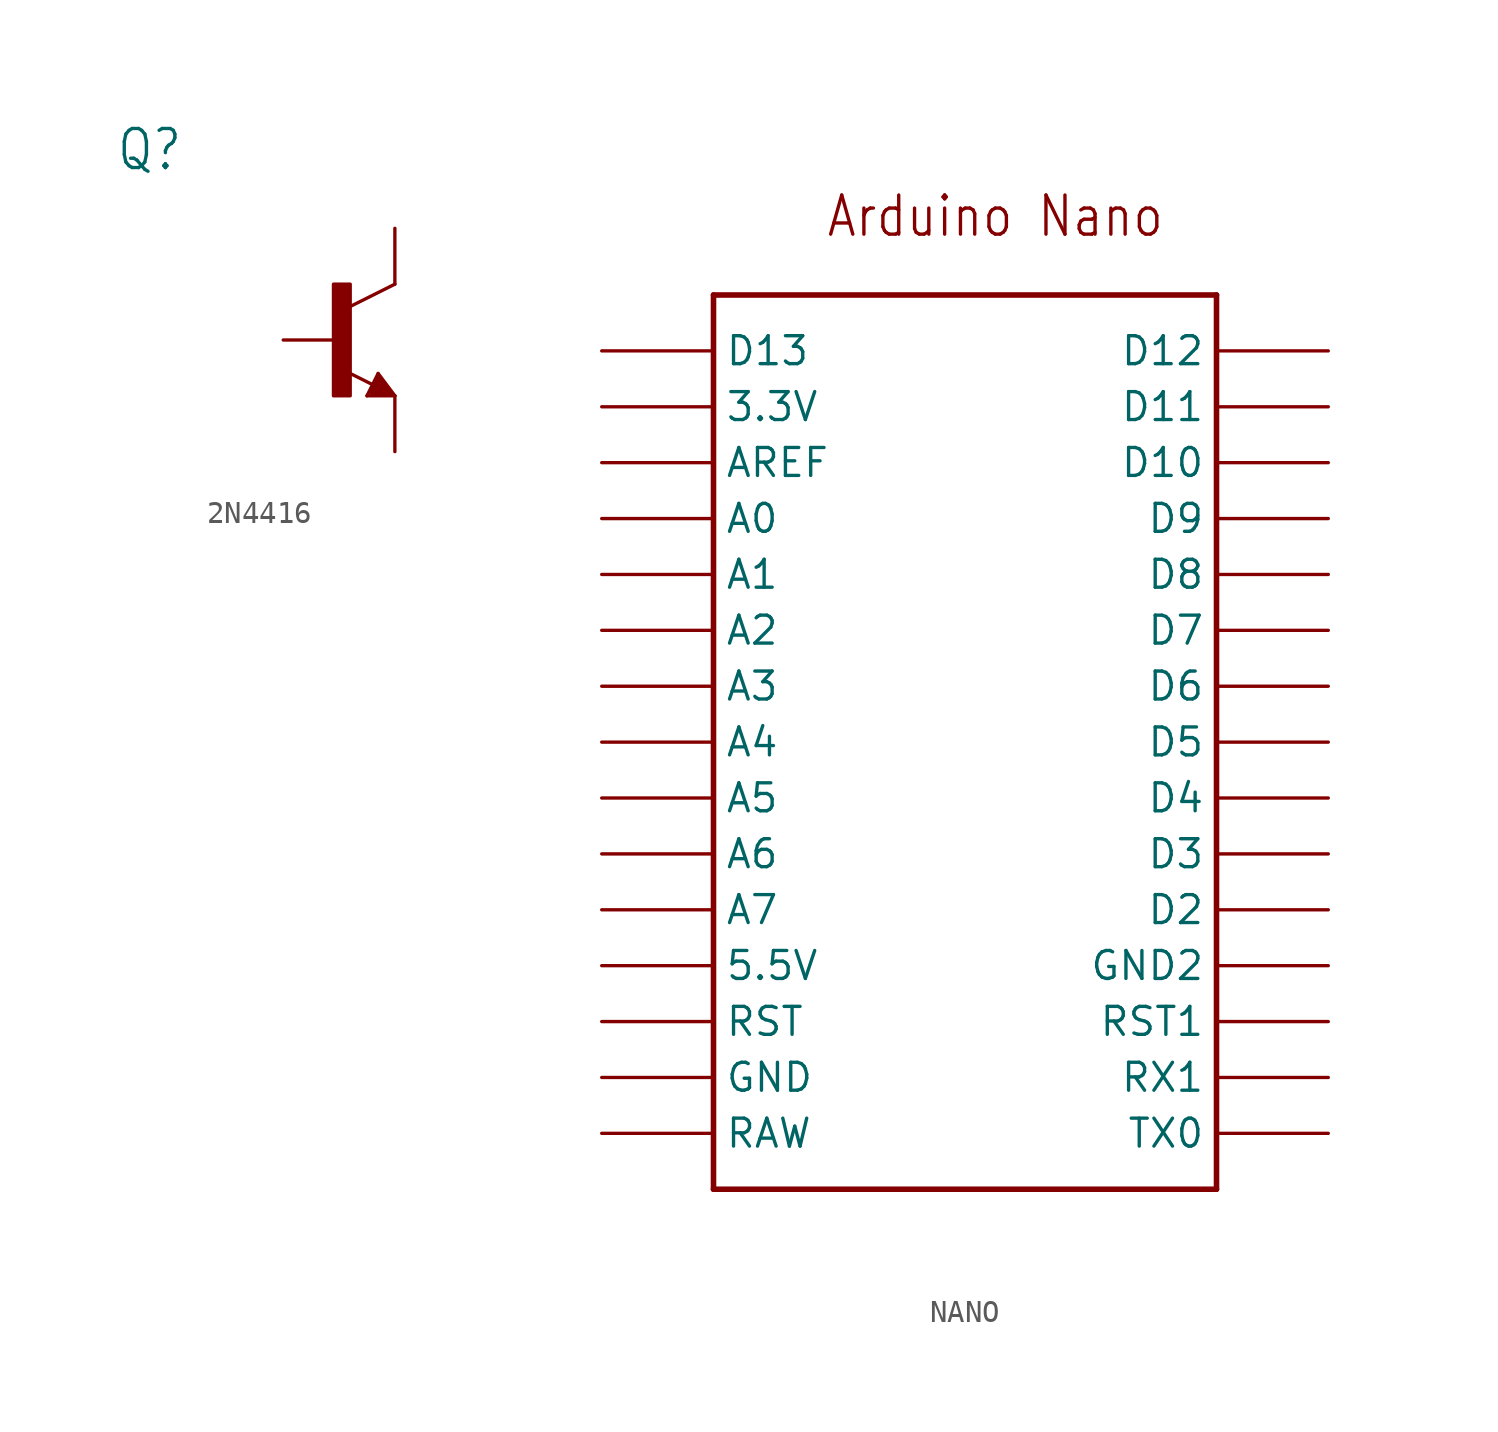
<source format=kicad_sym>
(kicad_symbol_lib
  (version 20220914)
  (generator kicad_symbol_editor)
  (symbol "2N4416"
    (property "Reference" "Q"
      (at -10.16 7.62 0)
      (effects (font (size 1.778 1.511)) (justify left bottom)))
    (property "Value" ""
      (at -10.16 5.08 0)
      (effects (font (size 1.778 1.511)) (justify left bottom)))
    (property "ki_locked" ""
      (at 0 0 0)
      (effects (font (size 1.27 1.27))))
    (symbol "2N4416_1_0"
      (rectangle (start -0.254 -2.54) (end 0.508 2.54) (stroke (width 0) (type default)) (fill (type outline)))
      (polyline (pts (xy 1.27 -2.54) (xy 1.778 -1.524)) (stroke (width 0.152) (type solid)) (fill (type none)))
      (polyline (pts (xy 1.524 -2.413) (xy 2.286 -2.413)) (stroke (width 0.254) (type solid)) (fill (type none)))
      (polyline (pts (xy 1.524 -2.286) (xy 1.905 -2.286)) (stroke (width 0.254) (type solid)) (fill (type none)))
      (polyline (pts (xy 1.54 -2.04) (xy 0.308 -1.424)) (stroke (width 0.152) (type solid)) (fill (type none)))
      (polyline (pts (xy 1.778 -1.778) (xy 1.524 -2.286)) (stroke (width 0.254) (type solid)) (fill (type none)))
      (polyline (pts (xy 1.778 -1.524) (xy 2.54 -2.54)) (stroke (width 0.152) (type solid)) (fill (type none)))
      (polyline (pts (xy 1.905 -2.286) (xy 1.778 -2.032)) (stroke (width 0.254) (type solid)) (fill (type none)))
      (polyline (pts (xy 2.286 -2.413) (xy 1.778 -1.778)) (stroke (width 0.254) (type solid)) (fill (type none)))
      (polyline (pts (xy 2.54 -2.54) (xy 1.27 -2.54)) (stroke (width 0.152) (type solid)) (fill (type none)))
      (polyline (pts (xy 2.54 2.54) (xy 0.508 1.524)) (stroke (width 0.152) (type solid)) (fill (type none)))
      (pin passive line (at 2.54 5.08 270) (length 2.54) (name "C" (effects (font (size 0 0)))) (number "1" (effects (font (size 0 0)))))
      (pin passive line (at -2.54 0 0) (length 2.54) (name "B" (effects (font (size 0 0)))) (number "2" (effects (font (size 0 0)))))
      (pin passive line (at 2.54 -5.08 90) (length 2.54) (name "E" (effects (font (size 0 0)))) (number "3" (effects (font (size 0 0)))))))
  (symbol "NANO"
    (property "Reference" ""
      (at 0 0 0)
      (effects (font (size 1.27 1.27)) hide))
    (property "ki_locked" ""
      (at 0 0 0)
      (effects (font (size 1.27 1.27))))
    (symbol "NANO_1_0"
      (polyline (pts (xy -17.78 -22.86) (xy 5.08 -22.86)) (stroke (width 0.254) (type solid)) (fill (type none)))
      (polyline (pts (xy -17.78 17.78) (xy -17.78 -22.86)) (stroke (width 0.254) (type solid)) (fill (type none)))
      (polyline (pts (xy 5.08 -22.86) (xy 5.08 17.78)) (stroke (width 0.254) (type solid)) (fill (type none)))
      (polyline (pts (xy 5.08 17.78) (xy -17.78 17.78)) (stroke (width 0.254) (type solid)) (fill (type none)))
      (text "Arduino Nano" (at -12.7 20.32 0) (effects (font (size 1.778 1.511)) (justify left bottom)))
      (pin bidirectional line (at -22.86 12.7 0) (length 5.08) (name "3.3V" (effects (font (size 1.27 1.27)))) (number "3.3V" (effects (font (size 0 0)))))
      (pin bidirectional line (at -22.86 -12.7 0) (length 5.08) (name "5.5V" (effects (font (size 1.27 1.27)))) (number "5V" (effects (font (size 0 0)))))
      (pin bidirectional line (at -22.86 7.62 0) (length 5.08) (name "A0" (effects (font (size 1.27 1.27)))) (number "A0" (effects (font (size 0 0)))))
      (pin bidirectional line (at -22.86 5.08 0) (length 5.08) (name "A1" (effects (font (size 1.27 1.27)))) (number "A1" (effects (font (size 0 0)))))
      (pin bidirectional line (at -22.86 2.54 0) (length 5.08) (name "A2" (effects (font (size 1.27 1.27)))) (number "A2" (effects (font (size 0 0)))))
      (pin bidirectional line (at -22.86 0 0) (length 5.08) (name "A3" (effects (font (size 1.27 1.27)))) (number "A3" (effects (font (size 0 0)))))
      (pin bidirectional line (at -22.86 -2.54 0) (length 5.08) (name "A4" (effects (font (size 1.27 1.27)))) (number "A4" (effects (font (size 0 0)))))
      (pin bidirectional line (at -22.86 -5.08 0) (length 5.08) (name "A5" (effects (font (size 1.27 1.27)))) (number "A5" (effects (font (size 0 0)))))
      (pin bidirectional line (at -22.86 -7.62 0) (length 5.08) (name "A6" (effects (font (size 1.27 1.27)))) (number "A6" (effects (font (size 0 0)))))
      (pin bidirectional line (at -22.86 -10.16 0) (length 5.08) (name "A7" (effects (font (size 1.27 1.27)))) (number "A7" (effects (font (size 0 0)))))
      (pin bidirectional line (at -22.86 10.16 0) (length 5.08) (name "AREF" (effects (font (size 1.27 1.27)))) (number "AREF" (effects (font (size 0 0)))))
      (pin bidirectional line (at 10.16 10.16 180) (length 5.08) (name "D10" (effects (font (size 1.27 1.27)))) (number "D10" (effects (font (size 0 0)))))
      (pin bidirectional line (at 10.16 12.7 180) (length 5.08) (name "D11" (effects (font (size 1.27 1.27)))) (number "D11" (effects (font (size 0 0)))))
      (pin bidirectional line (at 10.16 15.24 180) (length 5.08) (name "D12" (effects (font (size 1.27 1.27)))) (number "D12" (effects (font (size 0 0)))))
      (pin bidirectional line (at -22.86 15.24 0) (length 5.08) (name "D13" (effects (font (size 1.27 1.27)))) (number "D13" (effects (font (size 0 0)))))
      (pin bidirectional line (at 10.16 -10.16 180) (length 5.08) (name "D2" (effects (font (size 1.27 1.27)))) (number "D2" (effects (font (size 0 0)))))
      (pin bidirectional line (at 10.16 -7.62 180) (length 5.08) (name "D3" (effects (font (size 1.27 1.27)))) (number "D3" (effects (font (size 0 0)))))
      (pin bidirectional line (at 10.16 -5.08 180) (length 5.08) (name "D4" (effects (font (size 1.27 1.27)))) (number "D4" (effects (font (size 0 0)))))
      (pin bidirectional line (at 10.16 -2.54 180) (length 5.08) (name "D5" (effects (font (size 1.27 1.27)))) (number "D5" (effects (font (size 0 0)))))
      (pin bidirectional line (at 10.16 0 180) (length 5.08) (name "D6" (effects (font (size 1.27 1.27)))) (number "D6" (effects (font (size 0 0)))))
      (pin bidirectional line (at 10.16 2.54 180) (length 5.08) (name "D7" (effects (font (size 1.27 1.27)))) (number "D7" (effects (font (size 0 0)))))
      (pin bidirectional line (at 10.16 5.08 180) (length 5.08) (name "D8" (effects (font (size 1.27 1.27)))) (number "D8" (effects (font (size 0 0)))))
      (pin bidirectional line (at 10.16 7.62 180) (length 5.08) (name "D9" (effects (font (size 1.27 1.27)))) (number "D9" (effects (font (size 0 0)))))
      (pin bidirectional line (at -22.86 -17.78 0) (length 5.08) (name "GND" (effects (font (size 1.27 1.27)))) (number "GND" (effects (font (size 0 0)))))
      (pin bidirectional line (at 10.16 -12.7 180) (length 5.08) (name "GND2" (effects (font (size 1.27 1.27)))) (number "GND1" (effects (font (size 0 0)))))
      (pin bidirectional line (at -22.86 -20.32 0) (length 5.08) (name "RAW" (effects (font (size 1.27 1.27)))) (number "RAW" (effects (font (size 0 0)))))
      (pin bidirectional line (at -22.86 -15.24 0) (length 5.08) (name "RST" (effects (font (size 1.27 1.27)))) (number "RST" (effects (font (size 0 0)))))
      (pin bidirectional line (at 10.16 -15.24 180) (length 5.08) (name "RST1" (effects (font (size 1.27 1.27)))) (number "RST1" (effects (font (size 0 0)))))
      (pin bidirectional line (at 10.16 -17.78 180) (length 5.08) (name "RX1" (effects (font (size 1.27 1.27)))) (number "RX1" (effects (font (size 0 0)))))
      (pin bidirectional line (at 10.16 -20.32 180) (length 5.08) (name "TX0" (effects (font (size 1.27 1.27)))) (number "TX0" (effects (font (size 0 0))))))))
</source>
